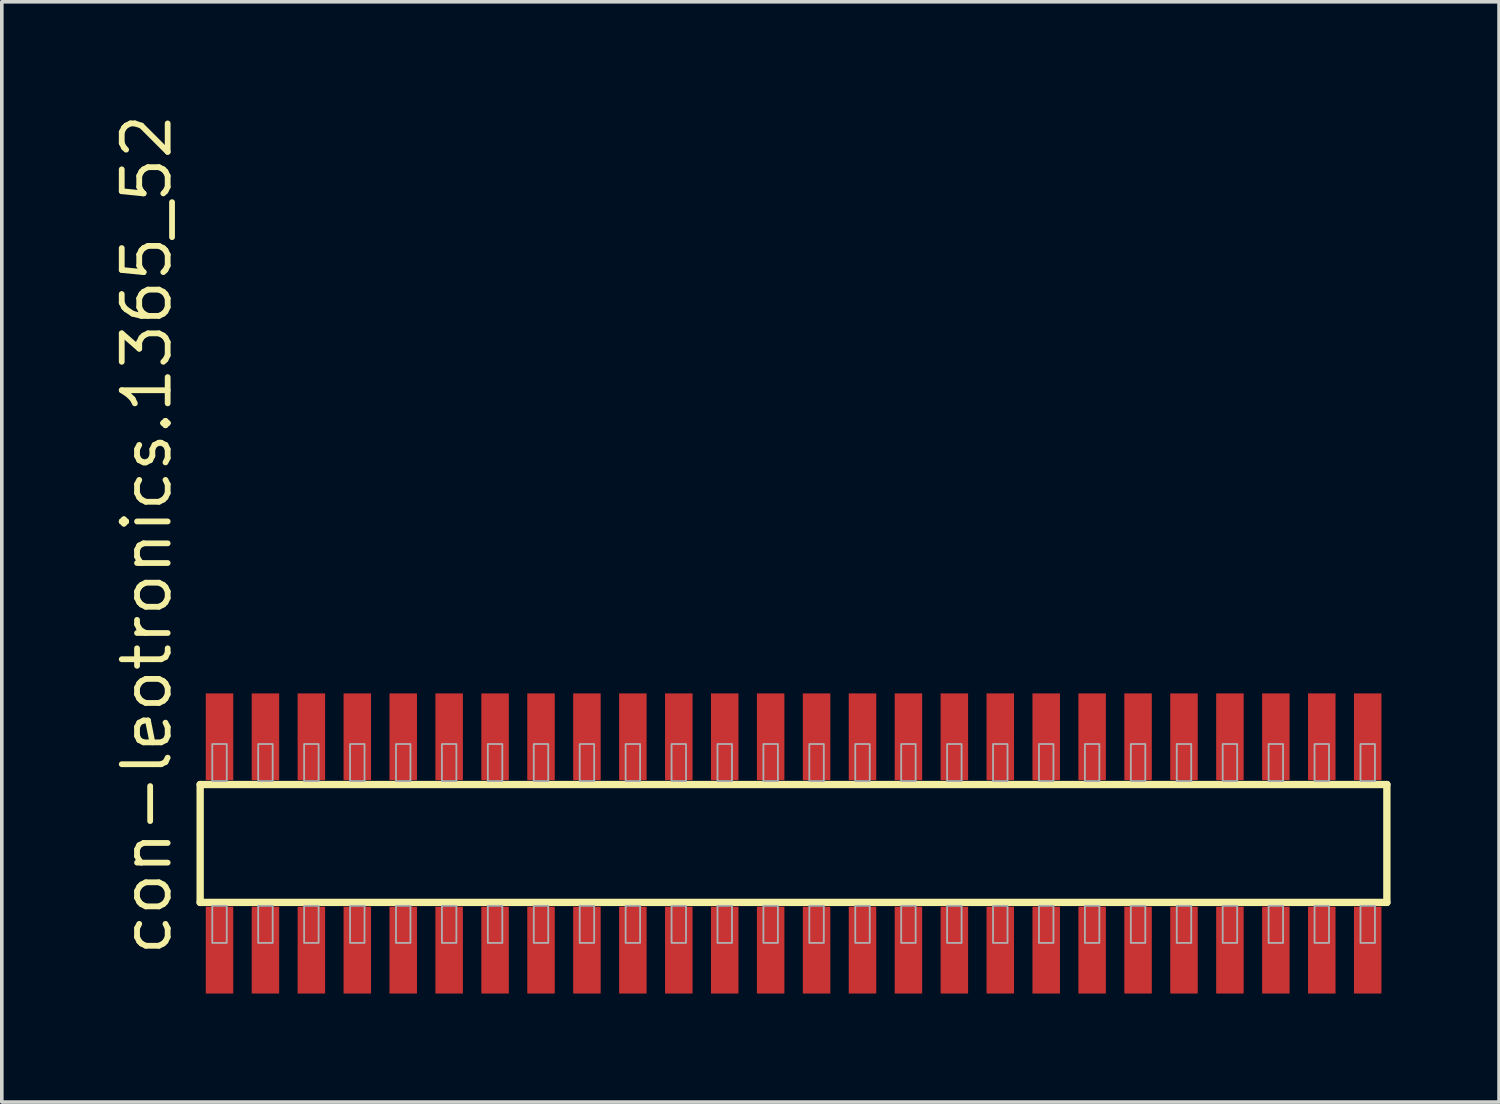
<source format=kicad_pcb>
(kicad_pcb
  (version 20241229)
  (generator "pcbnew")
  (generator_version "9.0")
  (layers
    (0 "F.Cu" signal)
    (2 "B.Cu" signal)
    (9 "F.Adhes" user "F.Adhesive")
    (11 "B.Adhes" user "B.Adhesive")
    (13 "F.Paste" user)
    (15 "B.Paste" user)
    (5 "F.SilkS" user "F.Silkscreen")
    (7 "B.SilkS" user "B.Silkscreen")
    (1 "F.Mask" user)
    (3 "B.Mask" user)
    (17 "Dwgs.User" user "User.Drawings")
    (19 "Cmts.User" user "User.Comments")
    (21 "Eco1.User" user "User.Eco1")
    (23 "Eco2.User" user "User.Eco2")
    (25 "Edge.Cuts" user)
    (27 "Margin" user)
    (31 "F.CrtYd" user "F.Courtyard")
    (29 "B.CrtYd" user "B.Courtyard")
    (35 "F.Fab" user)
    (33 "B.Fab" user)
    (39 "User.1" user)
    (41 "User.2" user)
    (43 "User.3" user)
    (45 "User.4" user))
  (footprint "con-leotronics.1365_52"
    (layer "F.Cu")
    (at 18.895 20.274)
    (property "Reference" "con-leotronics.1365_52" (at -17.145 3.175 90) (layer "F.SilkS") (effects (font (size 1.27 1.27) (thickness 0.16)) (justify left bottom)))
    (attr smd)
    (fp_line (start -16.41 -1.63) (end 16.405 -1.63) (stroke (width 0.203) (type default)) (layer "F.SilkS"))
    (fp_line (start -16.41 1.63) (end -16.41 -1.63) (stroke (width 0.203) (type default)) (layer "F.SilkS"))
    (fp_line (start 16.405 -1.63) (end 16.405 1.63) (stroke (width 0.203) (type default)) (layer "F.SilkS"))
    (fp_line (start 16.405 1.63) (end -16.41 1.63) (stroke (width 0.203) (type default)) (layer "F.SilkS"))
    (fp_rect (start -16.075 -1.725) (end -15.675 -2.75) (stroke (width 0.05) (type default)) (fill no) (layer "F.Fab"))
    (fp_rect (start -16.075 2.75) (end -15.675 1.725) (stroke (width 0.05) (type default)) (fill no) (layer "F.Fab"))
    (fp_rect (start -14.805 -1.725) (end -14.405 -2.75) (stroke (width 0.05) (type default)) (fill no) (layer "F.Fab"))
    (fp_rect (start -14.805 2.75) (end -14.405 1.725) (stroke (width 0.05) (type default)) (fill no) (layer "F.Fab"))
    (fp_rect (start -13.535 -1.725) (end -13.135 -2.75) (stroke (width 0.05) (type default)) (fill no) (layer "F.Fab"))
    (fp_rect (start -13.535 2.75) (end -13.135 1.725) (stroke (width 0.05) (type default)) (fill no) (layer "F.Fab"))
    (fp_rect (start -12.265 -1.725) (end -11.865 -2.75) (stroke (width 0.05) (type default)) (fill no) (layer "F.Fab"))
    (fp_rect (start -12.265 2.75) (end -11.865 1.725) (stroke (width 0.05) (type default)) (fill no) (layer "F.Fab"))
    (fp_rect (start -10.995 -1.725) (end -10.595 -2.75) (stroke (width 0.05) (type default)) (fill no) (layer "F.Fab"))
    (fp_rect (start -10.995 2.75) (end -10.595 1.725) (stroke (width 0.05) (type default)) (fill no) (layer "F.Fab"))
    (fp_rect (start -9.725 -1.725) (end -9.325 -2.75) (stroke (width 0.05) (type default)) (fill no) (layer "F.Fab"))
    (fp_rect (start -9.725 2.75) (end -9.325 1.725) (stroke (width 0.05) (type default)) (fill no) (layer "F.Fab"))
    (fp_rect (start -8.455 -1.725) (end -8.055 -2.75) (stroke (width 0.05) (type default)) (fill no) (layer "F.Fab"))
    (fp_rect (start -8.455 2.75) (end -8.055 1.725) (stroke (width 0.05) (type default)) (fill no) (layer "F.Fab"))
    (fp_rect (start -7.185 -1.725) (end -6.785 -2.75) (stroke (width 0.05) (type default)) (fill no) (layer "F.Fab"))
    (fp_rect (start -7.185 2.75) (end -6.785 1.725) (stroke (width 0.05) (type default)) (fill no) (layer "F.Fab"))
    (fp_rect (start -5.915 -1.725) (end -5.515 -2.75) (stroke (width 0.05) (type default)) (fill no) (layer "F.Fab"))
    (fp_rect (start -5.915 2.75) (end -5.515 1.725) (stroke (width 0.05) (type default)) (fill no) (layer "F.Fab"))
    (fp_rect (start -4.645 -1.725) (end -4.245 -2.75) (stroke (width 0.05) (type default)) (fill no) (layer "F.Fab"))
    (fp_rect (start -4.645 2.75) (end -4.245 1.725) (stroke (width 0.05) (type default)) (fill no) (layer "F.Fab"))
    (fp_rect (start -3.375 -1.725) (end -2.975 -2.75) (stroke (width 0.05) (type default)) (fill no) (layer "F.Fab"))
    (fp_rect (start -3.375 2.75) (end -2.975 1.725) (stroke (width 0.05) (type default)) (fill no) (layer "F.Fab"))
    (fp_rect (start -2.105 -1.725) (end -1.705 -2.75) (stroke (width 0.05) (type default)) (fill no) (layer "F.Fab"))
    (fp_rect (start -2.105 2.75) (end -1.705 1.725) (stroke (width 0.05) (type default)) (fill no) (layer "F.Fab"))
    (fp_rect (start -0.835 -1.725) (end -0.435 -2.75) (stroke (width 0.05) (type default)) (fill no) (layer "F.Fab"))
    (fp_rect (start -0.835 2.75) (end -0.435 1.725) (stroke (width 0.05) (type default)) (fill no) (layer "F.Fab"))
    (fp_rect (start 0.435 -1.725) (end 0.835 -2.75) (stroke (width 0.05) (type default)) (fill no) (layer "F.Fab"))
    (fp_rect (start 0.435 2.75) (end 0.835 1.725) (stroke (width 0.05) (type default)) (fill no) (layer "F.Fab"))
    (fp_rect (start 1.705 -1.725) (end 2.105 -2.75) (stroke (width 0.05) (type default)) (fill no) (layer "F.Fab"))
    (fp_rect (start 1.705 2.75) (end 2.105 1.725) (stroke (width 0.05) (type default)) (fill no) (layer "F.Fab"))
    (fp_rect (start 2.975 -1.725) (end 3.375 -2.75) (stroke (width 0.05) (type default)) (fill no) (layer "F.Fab"))
    (fp_rect (start 2.975 2.75) (end 3.375 1.725) (stroke (width 0.05) (type default)) (fill no) (layer "F.Fab"))
    (fp_rect (start 4.245 -1.725) (end 4.645 -2.75) (stroke (width 0.05) (type default)) (fill no) (layer "F.Fab"))
    (fp_rect (start 4.245 2.75) (end 4.645 1.725) (stroke (width 0.05) (type default)) (fill no) (layer "F.Fab"))
    (fp_rect (start 5.515 -1.725) (end 5.915 -2.75) (stroke (width 0.05) (type default)) (fill no) (layer "F.Fab"))
    (fp_rect (start 5.515 2.75) (end 5.915 1.725) (stroke (width 0.05) (type default)) (fill no) (layer "F.Fab"))
    (fp_rect (start 6.785 -1.725) (end 7.185 -2.75) (stroke (width 0.05) (type default)) (fill no) (layer "F.Fab"))
    (fp_rect (start 6.785 2.75) (end 7.185 1.725) (stroke (width 0.05) (type default)) (fill no) (layer "F.Fab"))
    (fp_rect (start 8.055 -1.725) (end 8.455 -2.75) (stroke (width 0.05) (type default)) (fill no) (layer "F.Fab"))
    (fp_rect (start 8.055 2.75) (end 8.455 1.725) (stroke (width 0.05) (type default)) (fill no) (layer "F.Fab"))
    (fp_rect (start 9.325 -1.725) (end 9.725 -2.75) (stroke (width 0.05) (type default)) (fill no) (layer "F.Fab"))
    (fp_rect (start 9.325 2.75) (end 9.725 1.725) (stroke (width 0.05) (type default)) (fill no) (layer "F.Fab"))
    (fp_rect (start 10.595 -1.725) (end 10.995 -2.75) (stroke (width 0.05) (type default)) (fill no) (layer "F.Fab"))
    (fp_rect (start 10.595 2.75) (end 10.995 1.725) (stroke (width 0.05) (type default)) (fill no) (layer "F.Fab"))
    (fp_rect (start 11.865 -1.725) (end 12.265 -2.75) (stroke (width 0.05) (type default)) (fill no) (layer "F.Fab"))
    (fp_rect (start 11.865 2.75) (end 12.265 1.725) (stroke (width 0.05) (type default)) (fill no) (layer "F.Fab"))
    (fp_rect (start 13.135 -1.725) (end 13.535 -2.75) (stroke (width 0.05) (type default)) (fill no) (layer "F.Fab"))
    (fp_rect (start 13.135 2.75) (end 13.535 1.725) (stroke (width 0.05) (type default)) (fill no) (layer "F.Fab"))
    (fp_rect (start 14.405 -1.725) (end 14.805 -2.75) (stroke (width 0.05) (type default)) (fill no) (layer "F.Fab"))
    (fp_rect (start 14.405 2.75) (end 14.805 1.725) (stroke (width 0.05) (type default)) (fill no) (layer "F.Fab"))
    (fp_rect (start 15.675 -1.725) (end 16.075 -2.75) (stroke (width 0.05) (type default)) (fill no) (layer "F.Fab"))
    (fp_rect (start 15.675 2.75) (end 16.075 1.725) (stroke (width 0.05) (type default)) (fill no) (layer "F.Fab"))
    (pad "1" smd roundrect (at -15.875 2.95) (size 0.76 2.4) (layers "F.Cu" "F.Mask" "F.Paste") (roundrect_rratio 0.01))
    (pad "2" smd roundrect (at -15.875 -2.95) (size 0.76 2.4) (layers "F.Cu" "F.Mask" "F.Paste") (roundrect_rratio 0.01))
    (pad "3" smd roundrect (at -14.605 2.95) (size 0.76 2.4) (layers "F.Cu" "F.Mask" "F.Paste") (roundrect_rratio 0.01))
    (pad "4" smd roundrect (at -14.605 -2.95) (size 0.76 2.4) (layers "F.Cu" "F.Mask" "F.Paste") (roundrect_rratio 0.01))
    (pad "5" smd roundrect (at -13.335 2.95) (size 0.76 2.4) (layers "F.Cu" "F.Mask" "F.Paste") (roundrect_rratio 0.01))
    (pad "6" smd roundrect (at -13.335 -2.95) (size 0.76 2.4) (layers "F.Cu" "F.Mask" "F.Paste") (roundrect_rratio 0.01))
    (pad "7" smd roundrect (at -12.065 2.95) (size 0.76 2.4) (layers "F.Cu" "F.Mask" "F.Paste") (roundrect_rratio 0.01))
    (pad "8" smd roundrect (at -12.065 -2.95) (size 0.76 2.4) (layers "F.Cu" "F.Mask" "F.Paste") (roundrect_rratio 0.01))
    (pad "9" smd roundrect (at -10.795 2.95) (size 0.76 2.4) (layers "F.Cu" "F.Mask" "F.Paste") (roundrect_rratio 0.01))
    (pad "10" smd roundrect (at -10.795 -2.95) (size 0.76 2.4) (layers "F.Cu" "F.Mask" "F.Paste") (roundrect_rratio 0.01))
    (pad "11" smd roundrect (at -9.525 2.95) (size 0.76 2.4) (layers "F.Cu" "F.Mask" "F.Paste") (roundrect_rratio 0.01))
    (pad "12" smd roundrect (at -9.525 -2.95) (size 0.76 2.4) (layers "F.Cu" "F.Mask" "F.Paste") (roundrect_rratio 0.01))
    (pad "13" smd roundrect (at -8.255 2.95) (size 0.76 2.4) (layers "F.Cu" "F.Mask" "F.Paste") (roundrect_rratio 0.01))
    (pad "14" smd roundrect (at -8.255 -2.95) (size 0.76 2.4) (layers "F.Cu" "F.Mask" "F.Paste") (roundrect_rratio 0.01))
    (pad "15" smd roundrect (at -6.985 2.95) (size 0.76 2.4) (layers "F.Cu" "F.Mask" "F.Paste") (roundrect_rratio 0.01))
    (pad "16" smd roundrect (at -6.985 -2.95) (size 0.76 2.4) (layers "F.Cu" "F.Mask" "F.Paste") (roundrect_rratio 0.01))
    (pad "17" smd roundrect (at -5.715 2.95) (size 0.76 2.4) (layers "F.Cu" "F.Mask" "F.Paste") (roundrect_rratio 0.01))
    (pad "18" smd roundrect (at -5.715 -2.95) (size 0.76 2.4) (layers "F.Cu" "F.Mask" "F.Paste") (roundrect_rratio 0.01))
    (pad "19" smd roundrect (at -4.445 2.95) (size 0.76 2.4) (layers "F.Cu" "F.Mask" "F.Paste") (roundrect_rratio 0.01))
    (pad "20" smd roundrect (at -4.445 -2.95) (size 0.76 2.4) (layers "F.Cu" "F.Mask" "F.Paste") (roundrect_rratio 0.01))
    (pad "21" smd roundrect (at -3.175 2.95) (size 0.76 2.4) (layers "F.Cu" "F.Mask" "F.Paste") (roundrect_rratio 0.01))
    (pad "22" smd roundrect (at -3.175 -2.95) (size 0.76 2.4) (layers "F.Cu" "F.Mask" "F.Paste") (roundrect_rratio 0.01))
    (pad "23" smd roundrect (at -1.905 2.95) (size 0.76 2.4) (layers "F.Cu" "F.Mask" "F.Paste") (roundrect_rratio 0.01))
    (pad "24" smd roundrect (at -1.905 -2.95) (size 0.76 2.4) (layers "F.Cu" "F.Mask" "F.Paste") (roundrect_rratio 0.01))
    (pad "25" smd roundrect (at -0.635 2.95) (size 0.76 2.4) (layers "F.Cu" "F.Mask" "F.Paste") (roundrect_rratio 0.01))
    (pad "26" smd roundrect (at -0.635 -2.95) (size 0.76 2.4) (layers "F.Cu" "F.Mask" "F.Paste") (roundrect_rratio 0.01))
    (pad "27" smd roundrect (at 0.635 2.95) (size 0.76 2.4) (layers "F.Cu" "F.Mask" "F.Paste") (roundrect_rratio 0.01))
    (pad "28" smd roundrect (at 0.635 -2.95) (size 0.76 2.4) (layers "F.Cu" "F.Mask" "F.Paste") (roundrect_rratio 0.01))
    (pad "29" smd roundrect (at 1.905 2.95) (size 0.76 2.4) (layers "F.Cu" "F.Mask" "F.Paste") (roundrect_rratio 0.01))
    (pad "30" smd roundrect (at 1.905 -2.95) (size 0.76 2.4) (layers "F.Cu" "F.Mask" "F.Paste") (roundrect_rratio 0.01))
    (pad "31" smd roundrect (at 3.175 2.95) (size 0.76 2.4) (layers "F.Cu" "F.Mask" "F.Paste") (roundrect_rratio 0.01))
    (pad "32" smd roundrect (at 3.175 -2.95) (size 0.76 2.4) (layers "F.Cu" "F.Mask" "F.Paste") (roundrect_rratio 0.01))
    (pad "33" smd roundrect (at 4.445 2.95) (size 0.76 2.4) (layers "F.Cu" "F.Mask" "F.Paste") (roundrect_rratio 0.01))
    (pad "34" smd roundrect (at 4.445 -2.95) (size 0.76 2.4) (layers "F.Cu" "F.Mask" "F.Paste") (roundrect_rratio 0.01))
    (pad "35" smd roundrect (at 5.715 2.95) (size 0.76 2.4) (layers "F.Cu" "F.Mask" "F.Paste") (roundrect_rratio 0.01))
    (pad "36" smd roundrect (at 5.715 -2.95) (size 0.76 2.4) (layers "F.Cu" "F.Mask" "F.Paste") (roundrect_rratio 0.01))
    (pad "37" smd roundrect (at 6.985 2.95) (size 0.76 2.4) (layers "F.Cu" "F.Mask" "F.Paste") (roundrect_rratio 0.01))
    (pad "38" smd roundrect (at 6.985 -2.95) (size 0.76 2.4) (layers "F.Cu" "F.Mask" "F.Paste") (roundrect_rratio 0.01))
    (pad "39" smd roundrect (at 8.255 2.95) (size 0.76 2.4) (layers "F.Cu" "F.Mask" "F.Paste") (roundrect_rratio 0.01))
    (pad "40" smd roundrect (at 8.255 -2.95) (size 0.76 2.4) (layers "F.Cu" "F.Mask" "F.Paste") (roundrect_rratio 0.01))
    (pad "41" smd roundrect (at 9.525 2.95) (size 0.76 2.4) (layers "F.Cu" "F.Mask" "F.Paste") (roundrect_rratio 0.01))
    (pad "42" smd roundrect (at 9.525 -2.95) (size 0.76 2.4) (layers "F.Cu" "F.Mask" "F.Paste") (roundrect_rratio 0.01))
    (pad "43" smd roundrect (at 10.795 2.95) (size 0.76 2.4) (layers "F.Cu" "F.Mask" "F.Paste") (roundrect_rratio 0.01))
    (pad "44" smd roundrect (at 10.795 -2.95) (size 0.76 2.4) (layers "F.Cu" "F.Mask" "F.Paste") (roundrect_rratio 0.01))
    (pad "45" smd roundrect (at 12.065 2.95) (size 0.76 2.4) (layers "F.Cu" "F.Mask" "F.Paste") (roundrect_rratio 0.01))
    (pad "46" smd roundrect (at 12.065 -2.95) (size 0.76 2.4) (layers "F.Cu" "F.Mask" "F.Paste") (roundrect_rratio 0.01))
    (pad "47" smd roundrect (at 13.335 2.95) (size 0.76 2.4) (layers "F.Cu" "F.Mask" "F.Paste") (roundrect_rratio 0.01))
    (pad "48" smd roundrect (at 13.335 -2.95) (size 0.76 2.4) (layers "F.Cu" "F.Mask" "F.Paste") (roundrect_rratio 0.01))
    (pad "49" smd roundrect (at 14.605 2.95) (size 0.76 2.4) (layers "F.Cu" "F.Mask" "F.Paste") (roundrect_rratio 0.01))
    (pad "50" smd roundrect (at 14.605 -2.95) (size 0.76 2.4) (layers "F.Cu" "F.Mask" "F.Paste") (roundrect_rratio 0.01))
    (pad "51" smd roundrect (at 15.875 2.95) (size 0.76 2.4) (layers "F.Cu" "F.Mask" "F.Paste") (roundrect_rratio 0.01))
    (pad "52" smd roundrect (at 15.875 -2.95) (size 0.76 2.4) (layers "F.Cu" "F.Mask" "F.Paste") (roundrect_rratio 0.01)))
  (gr_rect
    (start -3 -3)
    (end 38.402 27.424)
    (stroke (width 0.1) (type default))
    (fill no)
    (layer "Edge.Cuts")))
</source>
